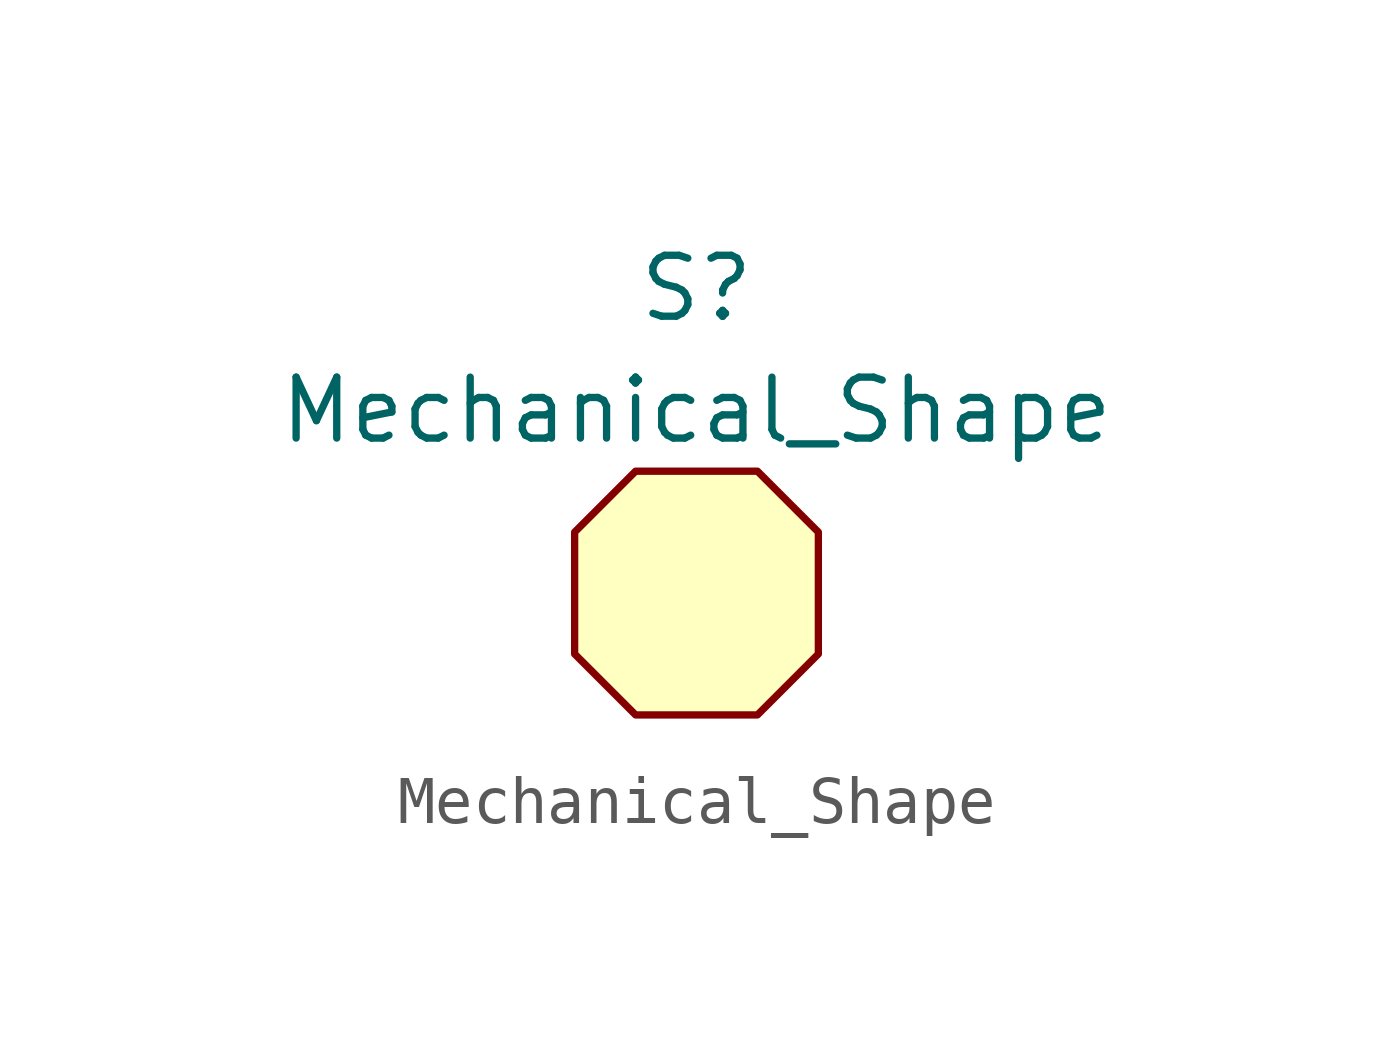
<source format=kicad_sym>
(kicad_symbol_lib
  (version 20241209)
  (generator "kicad_symbol_editor")
  (generator_version "9.0")
  (symbol "Mechanical_Shape"
    (property "Reference" "S"
      (at 0 6.35 0)
      (effects (font (size 1.27 1.27))))
    (property "Value" "Mechanical_Shape"
      (at 0 3.81 0)
      (effects (font (size 1.27 1.27))))
    (symbol "Mechanical_Shape_1_1"
      (polyline (pts (xy 1.27 2.54) (xy -1.27 2.54) (xy -2.54 1.27) (xy -2.54 -1.27) (xy -1.27 -2.54) (xy 1.27 -2.54) (xy 2.54 -1.27) (xy 2.54 1.27) (xy 1.27 2.54)) (stroke (width 0) (type default)) (fill (type background))))))
</source>
